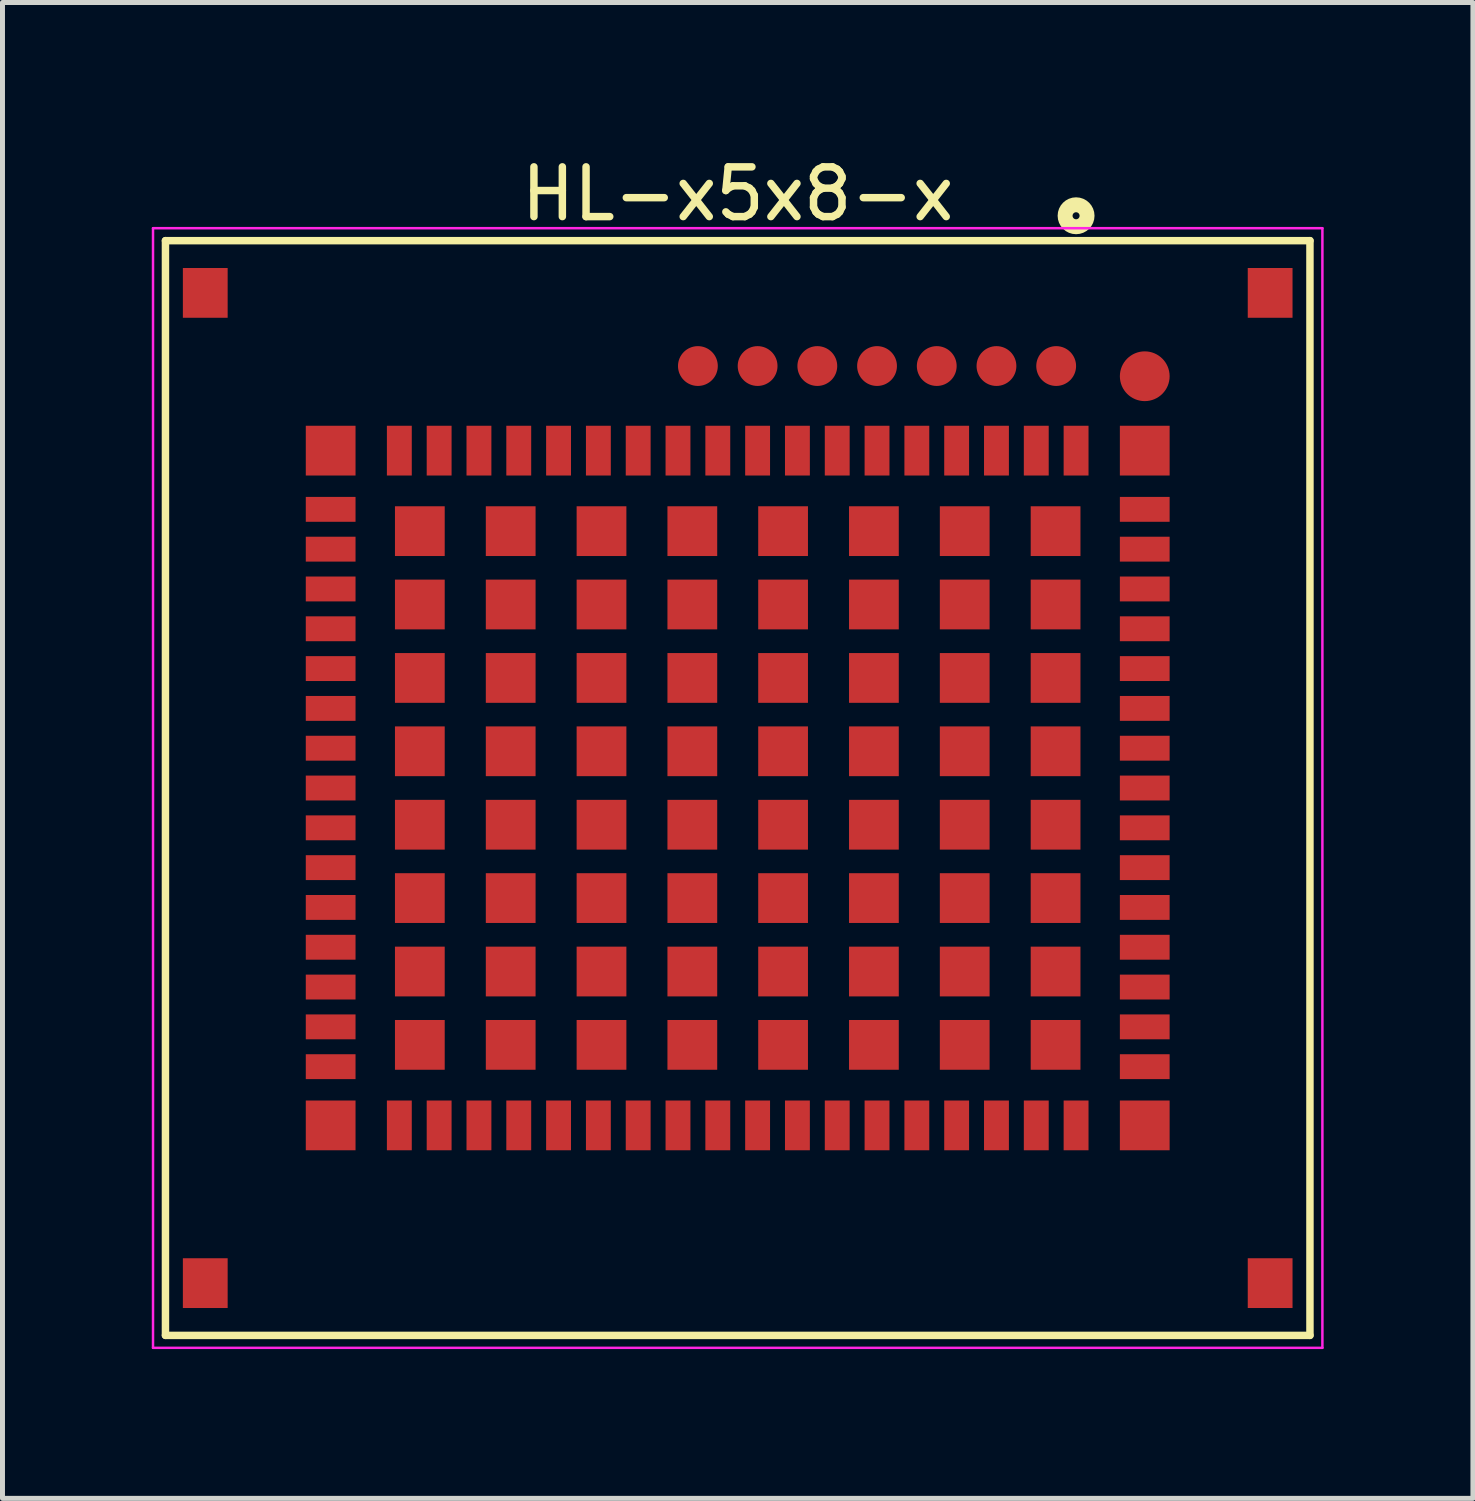
<source format=kicad_pcb>
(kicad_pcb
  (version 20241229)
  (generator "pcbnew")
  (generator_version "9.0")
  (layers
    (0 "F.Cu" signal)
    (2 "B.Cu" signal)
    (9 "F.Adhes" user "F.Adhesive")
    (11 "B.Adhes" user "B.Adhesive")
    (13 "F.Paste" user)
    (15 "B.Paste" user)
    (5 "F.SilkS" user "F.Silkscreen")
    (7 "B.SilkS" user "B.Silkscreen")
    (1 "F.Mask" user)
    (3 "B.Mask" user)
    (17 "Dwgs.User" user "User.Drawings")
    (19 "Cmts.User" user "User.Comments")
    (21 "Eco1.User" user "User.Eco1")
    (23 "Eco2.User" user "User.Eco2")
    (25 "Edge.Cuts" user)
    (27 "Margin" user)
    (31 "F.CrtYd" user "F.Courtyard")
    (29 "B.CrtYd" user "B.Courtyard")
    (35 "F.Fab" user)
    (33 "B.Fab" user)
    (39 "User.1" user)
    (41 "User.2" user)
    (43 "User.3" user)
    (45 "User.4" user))
  (footprint "HL-x5x8-x"
    (layer "F.Cu")
    (at 11.775 12.786)
    (property "Reference" "HL-x5x8-x" (at 0 -11.938 0) (layer "F.SilkS") (effects (font (size 1 1) (thickness 0.15))))
    (attr through_hole)
    (fp_line (start -11.5 -11) (end 11.5 -11) (stroke (width 0.15) (type solid)) (layer "F.SilkS"))
    (fp_line (start -11.5 11) (end -11.5 -11) (stroke (width 0.15) (type solid)) (layer "F.SilkS"))
    (fp_line (start 11.5 -11) (end 11.5 11) (stroke (width 0.15) (type solid)) (layer "F.SilkS"))
    (fp_line (start 11.5 11) (end -11.5 11) (stroke (width 0.15) (type solid)) (layer "F.SilkS"))
    (fp_circle (center 6.8 -11.5) (end 6.85 -11.55) (stroke (width 0.3) (type solid)) (fill no) (layer "F.SilkS"))
    (fp_line (start -11.75 -11.25) (end -11.75 11.25) (stroke (width 0.05) (type solid)) (layer "F.CrtYd"))
    (fp_line (start -11.75 11.25) (end 11.75 11.25) (stroke (width 0.05) (type solid)) (layer "F.CrtYd"))
    (fp_line (start 11.75 -11.25) (end -11.75 -11.25) (stroke (width 0.05) (type solid)) (layer "F.CrtYd"))
    (fp_line (start 11.75 11.25) (end 11.75 -11.25) (stroke (width 0.05) (type solid)) (layer "F.CrtYd"))
    (pad "1" smd rect (at 6.8 -6.78) (size 0.5 1) (layers "F.Cu" "F.Mask" "F.Paste"))
    (pad "2" smd rect (at 6 -6.78) (size 0.5 1) (layers "F.Cu" "F.Mask" "F.Paste"))
    (pad "3" smd rect (at 5.2 -6.78) (size 0.5 1) (layers "F.Cu" "F.Mask" "F.Paste"))
    (pad "4" smd rect (at 4.4 -6.78) (size 0.5 1) (layers "F.Cu" "F.Mask" "F.Paste"))
    (pad "5" smd rect (at 3.6 -6.78) (size 0.5 1) (layers "F.Cu" "F.Mask" "F.Paste"))
    (pad "6" smd rect (at 2.8 -6.78) (size 0.5 1) (layers "F.Cu" "F.Mask" "F.Paste"))
    (pad "7" smd rect (at 2 -6.78) (size 0.5 1) (layers "F.Cu" "F.Mask" "F.Paste"))
    (pad "8" smd rect (at 1.2 -6.78) (size 0.5 1) (layers "F.Cu" "F.Mask" "F.Paste"))
    (pad "9" smd rect (at 0.4 -6.78) (size 0.5 1) (layers "F.Cu" "F.Mask" "F.Paste"))
    (pad "10" smd rect (at -0.4 -6.78) (size 0.5 1) (layers "F.Cu" "F.Mask" "F.Paste"))
    (pad "11" smd rect (at -1.2 -6.78) (size 0.5 1) (layers "F.Cu" "F.Mask" "F.Paste"))
    (pad "12" smd rect (at -2 -6.78) (size 0.5 1) (layers "F.Cu" "F.Mask" "F.Paste"))
    (pad "13" smd rect (at -2.8 -6.78) (size 0.5 1) (layers "F.Cu" "F.Mask" "F.Paste"))
    (pad "14" smd rect (at -3.6 -6.78) (size 0.5 1) (layers "F.Cu" "F.Mask" "F.Paste"))
    (pad "15" smd rect (at -4.4 -6.78) (size 0.5 1) (layers "F.Cu" "F.Mask" "F.Paste"))
    (pad "16" smd rect (at -5.2 -6.78) (size 0.5 1) (layers "F.Cu" "F.Mask" "F.Paste"))
    (pad "17" smd rect (at -6 -6.78) (size 0.5 1) (layers "F.Cu" "F.Mask" "F.Paste"))
    (pad "18" smd rect (at -6.8 -6.78) (size 0.5 1) (layers "F.Cu" "F.Mask" "F.Paste"))
    (pad "19" smd rect (at -8.18 -5.6 90) (size 0.5 1) (layers "F.Cu" "F.Mask" "F.Paste"))
    (pad "20" smd rect (at -8.18 -4.8 90) (size 0.5 1) (layers "F.Cu" "F.Mask" "F.Paste"))
    (pad "21" smd rect (at -8.18 -4 90) (size 0.5 1) (layers "F.Cu" "F.Mask" "F.Paste"))
    (pad "22" smd rect (at -8.18 -3.2 90) (size 0.5 1) (layers "F.Cu" "F.Mask" "F.Paste"))
    (pad "23" smd rect (at -8.18 -2.4 90) (size 0.5 1) (layers "F.Cu" "F.Mask" "F.Paste"))
    (pad "24" smd rect (at -8.18 -1.6 90) (size 0.5 1) (layers "F.Cu" "F.Mask" "F.Paste"))
    (pad "25" smd rect (at -8.18 -0.8 90) (size 0.5 1) (layers "F.Cu" "F.Mask" "F.Paste"))
    (pad "26" smd rect (at -8.18 0 90) (size 0.5 1) (layers "F.Cu" "F.Mask" "F.Paste"))
    (pad "27" smd rect (at -8.18 0.8 90) (size 0.5 1) (layers "F.Cu" "F.Mask" "F.Paste"))
    (pad "28" smd rect (at -8.18 1.6 90) (size 0.5 1) (layers "F.Cu" "F.Mask" "F.Paste"))
    (pad "29" smd rect (at -8.18 2.4 90) (size 0.5 1) (layers "F.Cu" "F.Mask" "F.Paste"))
    (pad "30" smd rect (at -8.18 3.2 90) (size 0.5 1) (layers "F.Cu" "F.Mask" "F.Paste"))
    (pad "31" smd rect (at -8.18 4 90) (size 0.5 1) (layers "F.Cu" "F.Mask" "F.Paste"))
    (pad "32" smd rect (at -8.18 4.8 90) (size 0.5 1) (layers "F.Cu" "F.Mask" "F.Paste"))
    (pad "33" smd rect (at -8.18 5.6 90) (size 0.5 1) (layers "F.Cu" "F.Mask" "F.Paste"))
    (pad "34" smd rect (at -6.8 6.78) (size 0.5 1) (layers "F.Cu" "F.Mask" "F.Paste"))
    (pad "35" smd rect (at -6 6.78) (size 0.5 1) (layers "F.Cu" "F.Mask" "F.Paste"))
    (pad "36" smd rect (at -5.2 6.78) (size 0.5 1) (layers "F.Cu" "F.Mask" "F.Paste"))
    (pad "37" smd rect (at -4.4 6.78) (size 0.5 1) (layers "F.Cu" "F.Mask" "F.Paste"))
    (pad "38" smd rect (at -3.6 6.78) (size 0.5 1) (layers "F.Cu" "F.Mask" "F.Paste"))
    (pad "39" smd rect (at -2.8 6.78) (size 0.5 1) (layers "F.Cu" "F.Mask" "F.Paste"))
    (pad "40" smd rect (at -2 6.78) (size 0.5 1) (layers "F.Cu" "F.Mask" "F.Paste"))
    (pad "41" smd rect (at -1.2 6.78) (size 0.5 1) (layers "F.Cu" "F.Mask" "F.Paste"))
    (pad "42" smd rect (at -0.4 6.78) (size 0.5 1) (layers "F.Cu" "F.Mask" "F.Paste"))
    (pad "43" smd rect (at 0.4 6.78) (size 0.5 1) (layers "F.Cu" "F.Mask" "F.Paste"))
    (pad "44" smd rect (at 1.2 6.78) (size 0.5 1) (layers "F.Cu" "F.Mask" "F.Paste"))
    (pad "45" smd rect (at 2 6.78) (size 0.5 1) (layers "F.Cu" "F.Mask" "F.Paste"))
    (pad "46" smd rect (at 2.8 6.78) (size 0.5 1) (layers "F.Cu" "F.Mask" "F.Paste"))
    (pad "47" smd rect (at 3.6 6.78) (size 0.5 1) (layers "F.Cu" "F.Mask" "F.Paste"))
    (pad "48" smd rect (at 4.4 6.78) (size 0.5 1) (layers "F.Cu" "F.Mask" "F.Paste"))
    (pad "49" smd rect (at 5.2 6.78) (size 0.5 1) (layers "F.Cu" "F.Mask" "F.Paste"))
    (pad "50" smd rect (at 6 6.78) (size 0.5 1) (layers "F.Cu" "F.Mask" "F.Paste"))
    (pad "51" smd rect (at 6.8 6.78) (size 0.5 1) (layers "F.Cu" "F.Mask" "F.Paste"))
    (pad "52" smd rect (at 8.18 5.6 90) (size 0.5 1) (layers "F.Cu" "F.Mask" "F.Paste"))
    (pad "53" smd rect (at 8.18 4.8 90) (size 0.5 1) (layers "F.Cu" "F.Mask" "F.Paste"))
    (pad "54" smd rect (at 8.18 4 90) (size 0.5 1) (layers "F.Cu" "F.Mask" "F.Paste"))
    (pad "55" smd rect (at 8.18 3.2 90) (size 0.5 1) (layers "F.Cu" "F.Mask" "F.Paste"))
    (pad "56" smd rect (at 8.18 2.4 90) (size 0.5 1) (layers "F.Cu" "F.Mask" "F.Paste"))
    (pad "57" smd rect (at 8.18 1.6 90) (size 0.5 1) (layers "F.Cu" "F.Mask" "F.Paste"))
    (pad "58" smd rect (at 8.18 0.8 90) (size 0.5 1) (layers "F.Cu" "F.Mask" "F.Paste"))
    (pad "59" smd rect (at 8.18 0 90) (size 0.5 1) (layers "F.Cu" "F.Mask" "F.Paste"))
    (pad "60" smd rect (at 8.18 -0.8 90) (size 0.5 1) (layers "F.Cu" "F.Mask" "F.Paste"))
    (pad "61" smd rect (at 8.18 -1.6 90) (size 0.5 1) (layers "F.Cu" "F.Mask" "F.Paste"))
    (pad "62" smd rect (at 8.18 -2.4 90) (size 0.5 1) (layers "F.Cu" "F.Mask" "F.Paste"))
    (pad "63" smd rect (at 8.18 -3.2 90) (size 0.5 1) (layers "F.Cu" "F.Mask" "F.Paste"))
    (pad "64" smd rect (at 8.18 -4 90) (size 0.5 1) (layers "F.Cu" "F.Mask" "F.Paste"))
    (pad "65" smd rect (at 8.18 -4.8 90) (size 0.5 1) (layers "F.Cu" "F.Mask" "F.Paste"))
    (pad "66" smd rect (at 8.18 -5.6 90) (size 0.5 1) (layers "F.Cu" "F.Mask" "F.Paste"))
    (pad "67" smd rect (at 8.18 -6.78) (size 1 1) (layers "F.Cu" "F.Mask" "F.Paste"))
    (pad "68" smd rect (at -8.18 -6.78) (size 1 1) (layers "F.Cu" "F.Mask" "F.Paste"))
    (pad "69" smd rect (at -8.18 6.78) (size 1 1) (layers "F.Cu" "F.Mask" "F.Paste"))
    (pad "70" smd rect (at 8.18 6.78) (size 1 1) (layers "F.Cu" "F.Mask" "F.Paste"))
    (pad "167" smd rect (at 10.7 -9.95) (size 0.9 1) (layers "F.Cu" "F.Mask" "F.Paste"))
    (pad "168" smd rect (at -10.7 -9.95) (size 0.9 1) (layers "F.Cu" "F.Mask" "F.Paste"))
    (pad "169" smd rect (at -10.7 9.95) (size 0.9 1) (layers "F.Cu" "F.Mask" "F.Paste"))
    (pad "170" smd rect (at 10.7 9.95) (size 0.9 1) (layers "F.Cu" "F.Mask" "F.Paste"))
    (pad "171" smd rect (at 6.388 -5.162) (size 1 1) (layers "F.Cu" "F.Mask" "F.Paste"))
    (pad "172" smd rect (at 6.388 -3.688) (size 1 1) (layers "F.Cu" "F.Mask" "F.Paste"))
    (pad "173" smd rect (at 6.388 -2.212) (size 1 1) (layers "F.Cu" "F.Mask" "F.Paste"))
    (pad "174" smd rect (at 6.388 -0.738) (size 1 1) (layers "F.Cu" "F.Mask" "F.Paste"))
    (pad "175" smd rect (at 6.388 0.738) (size 1 1) (layers "F.Cu" "F.Mask" "F.Paste"))
    (pad "176" smd rect (at 6.388 2.212) (size 1 1) (layers "F.Cu" "F.Mask" "F.Paste"))
    (pad "177" smd rect (at 6.388 3.688) (size 1 1) (layers "F.Cu" "F.Mask" "F.Paste"))
    (pad "178" smd rect (at 6.388 5.162) (size 1 1) (layers "F.Cu" "F.Mask" "F.Paste"))
    (pad "179" smd rect (at 4.562 5.162) (size 1 1) (layers "F.Cu" "F.Mask" "F.Paste"))
    (pad "180" smd rect (at 2.737 5.162) (size 1 1) (layers "F.Cu" "F.Mask" "F.Paste"))
    (pad "181" smd rect (at 0.912 5.162) (size 1 1) (layers "F.Cu" "F.Mask" "F.Paste"))
    (pad "182" smd rect (at -0.912 5.162) (size 1 1) (layers "F.Cu" "F.Mask" "F.Paste"))
    (pad "183" smd rect (at -2.737 5.162) (size 1 1) (layers "F.Cu" "F.Mask" "F.Paste"))
    (pad "184" smd rect (at -4.562 5.162) (size 1 1) (layers "F.Cu" "F.Mask" "F.Paste"))
    (pad "185" smd rect (at -6.388 5.162) (size 1 1) (layers "F.Cu" "F.Mask" "F.Paste"))
    (pad "186" smd rect (at -6.388 3.688) (size 1 1) (layers "F.Cu" "F.Mask" "F.Paste"))
    (pad "187" smd rect (at -6.388 2.212) (size 1 1) (layers "F.Cu" "F.Mask" "F.Paste"))
    (pad "188" smd rect (at -6.388 0.738) (size 1 1) (layers "F.Cu" "F.Mask" "F.Paste"))
    (pad "189" smd rect (at -6.388 -0.738) (size 1 1) (layers "F.Cu" "F.Mask" "F.Paste"))
    (pad "190" smd rect (at -6.388 -2.212) (size 1 1) (layers "F.Cu" "F.Mask" "F.Paste"))
    (pad "191" smd rect (at -6.388 -3.688) (size 1 1) (layers "F.Cu" "F.Mask" "F.Paste"))
    (pad "192" smd rect (at -6.388 -5.162) (size 1 1) (layers "F.Cu" "F.Mask" "F.Paste"))
    (pad "193" smd rect (at -4.562 -5.162) (size 1 1) (layers "F.Cu" "F.Mask" "F.Paste"))
    (pad "194" smd rect (at -2.737 -5.162) (size 1 1) (layers "F.Cu" "F.Mask" "F.Paste"))
    (pad "195" smd rect (at -0.912 -5.162) (size 1 1) (layers "F.Cu" "F.Mask" "F.Paste"))
    (pad "196" smd rect (at 0.912 -5.162) (size 1 1) (layers "F.Cu" "F.Mask" "F.Paste"))
    (pad "197" smd rect (at 2.737 -5.162) (size 1 1) (layers "F.Cu" "F.Mask" "F.Paste"))
    (pad "198" smd rect (at 4.562 -5.162) (size 1 1) (layers "F.Cu" "F.Mask" "F.Paste"))
    (pad "199" smd rect (at 4.562 -3.688) (size 1 1) (layers "F.Cu" "F.Mask" "F.Paste"))
    (pad "200" smd rect (at 4.562 -2.212) (size 1 1) (layers "F.Cu" "F.Mask" "F.Paste"))
    (pad "201" smd rect (at 4.562 -0.738) (size 1 1) (layers "F.Cu" "F.Mask" "F.Paste"))
    (pad "202" smd rect (at 4.562 0.738) (size 1 1) (layers "F.Cu" "F.Mask" "F.Paste"))
    (pad "203" smd rect (at 4.562 2.212) (size 1 1) (layers "F.Cu" "F.Mask" "F.Paste"))
    (pad "204" smd rect (at 4.562 3.688) (size 1 1) (layers "F.Cu" "F.Mask" "F.Paste"))
    (pad "205" smd rect (at 2.737 3.688) (size 1 1) (layers "F.Cu" "F.Mask" "F.Paste"))
    (pad "206" smd rect (at 0.912 3.688) (size 1 1) (layers "F.Cu" "F.Mask" "F.Paste"))
    (pad "207" smd rect (at -0.912 3.688) (size 1 1) (layers "F.Cu" "F.Mask" "F.Paste"))
    (pad "208" smd rect (at -2.737 3.688) (size 1 1) (layers "F.Cu" "F.Mask" "F.Paste"))
    (pad "209" smd rect (at -4.562 3.688) (size 1 1) (layers "F.Cu" "F.Mask" "F.Paste"))
    (pad "210" smd rect (at -4.562 2.212) (size 1 1) (layers "F.Cu" "F.Mask" "F.Paste"))
    (pad "211" smd rect (at -4.562 0.738) (size 1 1) (layers "F.Cu" "F.Mask" "F.Paste"))
    (pad "212" smd rect (at -4.562 -0.738) (size 1 1) (layers "F.Cu" "F.Mask" "F.Paste"))
    (pad "213" smd rect (at -4.562 -2.212) (size 1 1) (layers "F.Cu" "F.Mask" "F.Paste"))
    (pad "214" smd rect (at -4.562 -3.688) (size 1 1) (layers "F.Cu" "F.Mask" "F.Paste"))
    (pad "215" smd rect (at -2.737 -3.688) (size 1 1) (layers "F.Cu" "F.Mask" "F.Paste"))
    (pad "216" smd rect (at -0.912 -3.688) (size 1 1) (layers "F.Cu" "F.Mask" "F.Paste"))
    (pad "217" smd rect (at 0.912 -3.688) (size 1 1) (layers "F.Cu" "F.Mask" "F.Paste"))
    (pad "218" smd rect (at 2.737 -3.688) (size 1 1) (layers "F.Cu" "F.Mask" "F.Paste"))
    (pad "219" smd rect (at 2.737 -2.212) (size 1 1) (layers "F.Cu" "F.Mask" "F.Paste"))
    (pad "220" smd rect (at 2.737 -0.738) (size 1 1) (layers "F.Cu" "F.Mask" "F.Paste"))
    (pad "221" smd rect (at 2.737 0.738) (size 1 1) (layers "F.Cu" "F.Mask" "F.Paste"))
    (pad "222" smd rect (at 2.737 2.212) (size 1 1) (layers "F.Cu" "F.Mask" "F.Paste"))
    (pad "223" smd rect (at 0.912 2.212) (size 1 1) (layers "F.Cu" "F.Mask" "F.Paste"))
    (pad "224" smd rect (at -0.912 2.212) (size 1 1) (layers "F.Cu" "F.Mask" "F.Paste"))
    (pad "225" smd rect (at -2.737 2.212) (size 1 1) (layers "F.Cu" "F.Mask" "F.Paste"))
    (pad "226" smd rect (at -2.737 0.738) (size 1 1) (layers "F.Cu" "F.Mask" "F.Paste"))
    (pad "227" smd rect (at -2.737 -0.738) (size 1 1) (layers "F.Cu" "F.Mask" "F.Paste"))
    (pad "228" smd rect (at -2.737 -2.212) (size 1 1) (layers "F.Cu" "F.Mask" "F.Paste"))
    (pad "229" smd rect (at -0.912 -2.212) (size 1 1) (layers "F.Cu" "F.Mask" "F.Paste"))
    (pad "230" smd rect (at 0.912 -2.212) (size 1 1) (layers "F.Cu" "F.Mask" "F.Paste"))
    (pad "231" smd rect (at 0.912 -0.738) (size 1 1) (layers "F.Cu" "F.Mask" "F.Paste"))
    (pad "232" smd rect (at 0.912 0.738) (size 1 1) (layers "F.Cu" "F.Mask" "F.Paste"))
    (pad "233" smd rect (at -0.912 0.738) (size 1 1) (layers "F.Cu" "F.Mask" "F.Paste"))
    (pad "234" smd rect (at -0.912 -0.738) (size 1 1) (layers "F.Cu" "F.Mask" "F.Paste"))
    (pad "235" smd circle (at 8.18 -8.275) (size 1 1) (layers "F.Cu" "F.Mask" "F.Paste"))
    (pad "236" smd circle (at 6.4 -8.48) (size 0.8 0.8) (layers "F.Cu" "F.Mask" "F.Paste"))
    (pad "237" smd circle (at 5.2 -8.48) (size 0.8 0.8) (layers "F.Cu" "F.Mask" "F.Paste"))
    (pad "238" smd circle (at 4 -8.48) (size 0.8 0.8) (layers "F.Cu" "F.Mask" "F.Paste"))
    (pad "239" smd circle (at 2.8 -8.48) (size 0.8 0.8) (layers "F.Cu" "F.Mask" "F.Paste"))
    (pad "240" smd circle (at 1.6 -8.48) (size 0.8 0.8) (layers "F.Cu" "F.Mask" "F.Paste"))
    (pad "241" smd circle (at 0.4 -8.48) (size 0.8 0.8) (layers "F.Cu" "F.Mask" "F.Paste"))
    (pad "242" smd circle (at -0.8 -8.48) (size 0.8 0.8) (layers "F.Cu" "F.Mask" "F.Paste")))
  (gr_rect
    (start -3 -3)
    (end 26.55 27.061)
    (stroke (width 0.1) (type default))
    (fill no)
    (layer "Edge.Cuts")))
</source>
